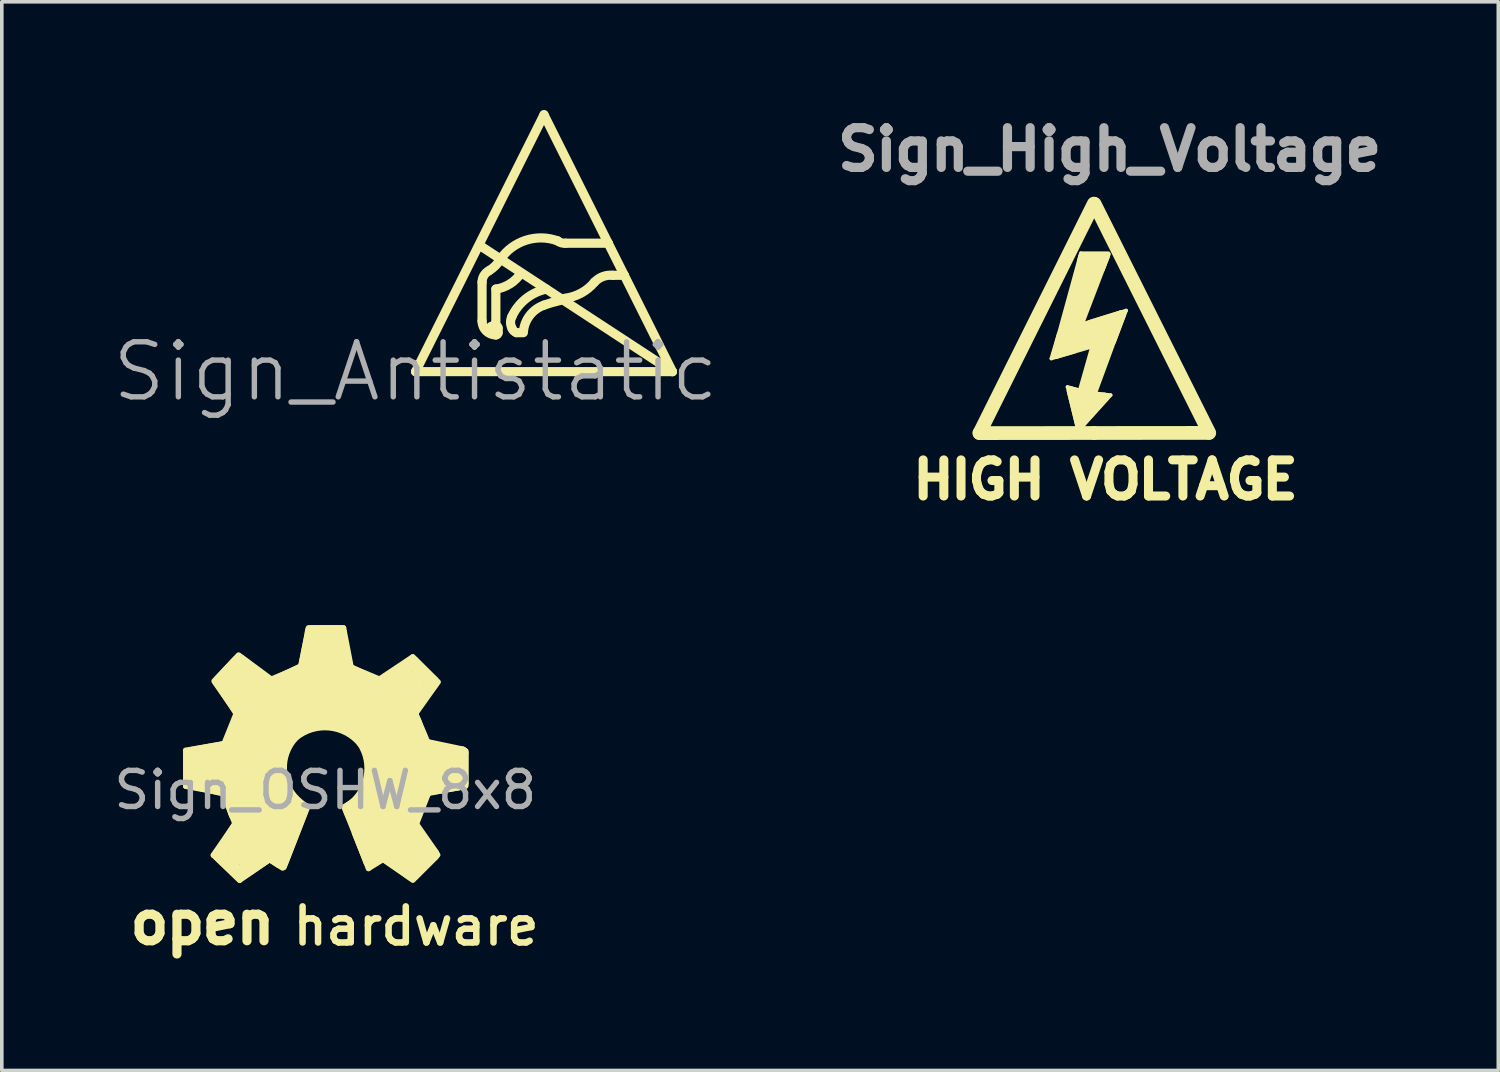
<source format=kicad_pcb>
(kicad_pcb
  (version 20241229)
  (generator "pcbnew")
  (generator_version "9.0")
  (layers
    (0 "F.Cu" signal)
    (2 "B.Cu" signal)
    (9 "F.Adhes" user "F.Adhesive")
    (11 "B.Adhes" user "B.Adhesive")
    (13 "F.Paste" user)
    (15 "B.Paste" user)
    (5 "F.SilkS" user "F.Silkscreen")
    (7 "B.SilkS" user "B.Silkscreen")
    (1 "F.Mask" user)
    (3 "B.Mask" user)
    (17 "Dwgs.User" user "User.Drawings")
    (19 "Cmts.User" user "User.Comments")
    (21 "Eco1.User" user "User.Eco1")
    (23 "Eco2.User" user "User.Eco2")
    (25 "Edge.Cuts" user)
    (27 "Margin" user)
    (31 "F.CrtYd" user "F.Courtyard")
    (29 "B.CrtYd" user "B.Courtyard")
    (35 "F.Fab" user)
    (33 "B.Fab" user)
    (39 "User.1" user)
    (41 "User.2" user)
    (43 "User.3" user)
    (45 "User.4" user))
  (footprint "Sign_High_Voltage"
    (layer "F.Cu")
    (at 27.239 8.938)
    (property "Reference" "Sign_High_Voltage" (at 0.432 -7.849 0) (layer "F.Fab") (effects (font (size 1.1 1.1) (thickness 0.254))))
    (attr through_hole)
    (fp_line (start -3.172 0.003) (end 0.003 0) (stroke (width 0.381) (type solid)) (layer "F.SilkS"))
    (fp_line (start -3.17 0) (end -0.005 -6.35) (stroke (width 0.381) (type solid)) (layer "F.SilkS"))
    (fp_line (start -1.181 -2.062) (end -0.975 -2.756) (stroke (width 0.1) (type solid)) (layer "F.SilkS"))
    (fp_line (start -1.052 -2.179) (end -0.315 -4.867) (stroke (width 0.254) (type solid)) (layer "F.SilkS"))
    (fp_line (start -0.734 -1.275) (end -0.457 -0.15) (stroke (width 0.1) (type solid)) (layer "F.SilkS"))
    (fp_line (start -0.658 -2.484) (end 0.513 -2.888) (stroke (width 0.254) (type solid)) (layer "F.SilkS"))
    (fp_line (start -0.617 -1.153) (end -0.333 -1.09) (stroke (width 0.254) (type solid)) (layer "F.SilkS"))
    (fp_line (start -0.544 -2.25) (end -1.181 -2.062) (stroke (width 0.1) (type solid)) (layer "F.SilkS"))
    (fp_line (start -0.472 -2.71) (end 0.46 -3.033) (stroke (width 0.254) (type solid)) (layer "F.SilkS"))
    (fp_line (start -0.445 -1.194) (end -0.734 -1.275) (stroke (width 0.1) (type solid)) (layer "F.SilkS"))
    (fp_line (start -0.424 -4.76) (end -0.363 -4.978) (stroke (width 0.1) (type solid)) (layer "F.SilkS"))
    (fp_line (start -0.411 -0.935) (end -0.48 -0.625) (stroke (width 0.254) (type solid)) (layer "F.SilkS"))
    (fp_line (start -0.389 -0.188) (end -0.627 -1.161) (stroke (width 0.254) (type solid)) (layer "F.SilkS"))
    (fp_line (start -0.376 -0.973) (end 0.058 -2.504) (stroke (width 0.254) (type solid)) (layer "F.SilkS"))
    (fp_line (start -0.363 -4.978) (end 0.396 -4.978) (stroke (width 0.1) (type solid)) (layer "F.SilkS"))
    (fp_line (start -0.361 -2.926) (end 0.749 -3.269) (stroke (width 0.254) (type solid)) (layer "F.SilkS"))
    (fp_line (start -0.239 -0.897) (end -0.353 -0.45) (stroke (width 0.254) (type solid)) (layer "F.SilkS"))
    (fp_line (start -0.132 -3.076) (end 0.889 -3.391) (stroke (width 0.1) (type solid)) (layer "F.SilkS"))
    (fp_line (start -0.124 -4.709) (end -0.805 -2.408) (stroke (width 0.254) (type solid)) (layer "F.SilkS"))
    (fp_line (start -0.099 -1.039) (end 0.287 -0.986) (stroke (width 0.254) (type solid)) (layer "F.SilkS"))
    (fp_line (start -0.064 -0.798) (end -0.208 -0.455) (stroke (width 0.254) (type solid)) (layer "F.SilkS"))
    (fp_line (start -0.008 -1.102) (end 0.46 -1.049) (stroke (width 0.1) (type solid)) (layer "F.SilkS"))
    (fp_line (start 0 -0.907) (end 0.053 -0.894) (stroke (width 0.1) (type solid)) (layer "F.SilkS"))
    (fp_line (start 0 0) (end 3.175 -0.003) (stroke (width 0.381) (type solid)) (layer "F.SilkS"))
    (fp_line (start 0.018 -6.34) (end 3.19 -0.003) (stroke (width 0.381) (type solid)) (layer "F.SilkS"))
    (fp_line (start 0.058 -2.504) (end -1.052 -2.179) (stroke (width 0.254) (type solid)) (layer "F.SilkS"))
    (fp_line (start 0.124 -4.775) (end -0.683 -2.367) (stroke (width 0.254) (type solid)) (layer "F.SilkS"))
    (fp_line (start 0.15 -2.631) (end 0.099 -2.418) (stroke (width 0.254) (type solid)) (layer "F.SilkS"))
    (fp_line (start 0.244 -4.511) (end 0.414 -4.953) (stroke (width 0.1) (type solid)) (layer "F.SilkS"))
    (fp_line (start 0.287 -0.991) (end -0.394 -0.224) (stroke (width 0.254) (type solid)) (layer "F.SilkS"))
    (fp_line (start 0.297 -4.869) (end -0.315 -4.869) (stroke (width 0.254) (type solid)) (layer "F.SilkS"))
    (fp_line (start 0.305 -4.884) (end -0.437 -2.944) (stroke (width 0.254) (type solid)) (layer "F.SilkS"))
    (fp_line (start 0.307 -2.692) (end -0.196 -1.011) (stroke (width 0.254) (type solid)) (layer "F.SilkS"))
    (fp_line (start 0.46 -1.049) (end -0.358 -0.147) (stroke (width 0.1) (type solid)) (layer "F.SilkS"))
    (fp_line (start 0.554 -2.512) (end 0.889 -3.391) (stroke (width 0.1) (type solid)) (layer "F.SilkS"))
    (fp_line (start 0.749 -3.269) (end -0.127 -0.884) (stroke (width 0.254) (type solid)) (layer "F.SilkS"))
    (fp_text user "HIGH VOLTAGE" (at 0.318 1.295 0) (layer "F.SilkS") (effects (font (size 1 1) (thickness 0.25)))))
  (footprint "Sign_Antistatic"
    (layer "F.Cu")
    (at 8.455 7.239)
    (property "Reference" "Sign_Antistatic" (at 0 0 0) (layer "F.Fab") (effects (font (size 1.524 1.524) (thickness 0.15))))
    (attr through_hole)
    (fp_line (start 0 0) (end 7.112 0) (stroke (width 0.254) (type solid)) (layer "F.SilkS"))
    (fp_line (start 1.778 -3.493) (end 7.112 0) (stroke (width 0.254) (type solid)) (layer "F.SilkS"))
    (fp_line (start 1.841 -2.477) (end 1.841 -1.397) (stroke (width 0.254) (type solid)) (layer "F.SilkS"))
    (fp_line (start 2.223 -1.27) (end 2.159 -1.27) (stroke (width 0.254) (type solid)) (layer "F.SilkS"))
    (fp_line (start 2.223 -1.27) (end 2.223 -2.286) (stroke (width 0.254) (type solid)) (layer "F.SilkS"))
    (fp_line (start 2.286 -1.079) (end 2.286 -1.206) (stroke (width 0.254) (type solid)) (layer "F.SilkS"))
    (fp_line (start 2.794 -1.079) (end 2.946 -1.079) (stroke (width 0.254) (type solid)) (layer "F.SilkS"))
    (fp_line (start 3.556 -7.112) (end 0 0) (stroke (width 0.254) (type solid)) (layer "F.SilkS"))
    (fp_line (start 4.153 -3.556) (end 5.334 -3.556) (stroke (width 0.254) (type solid)) (layer "F.SilkS"))
    (fp_line (start 5.334 -3.556) (end 3.556 -7.112) (stroke (width 0.254) (type solid)) (layer "F.SilkS"))
    (fp_line (start 5.779 -2.667) (end 5.334 -3.556) (stroke (width 0.254) (type solid)) (layer "F.SilkS"))
    (fp_line (start 5.779 -2.667) (end 5.461 -2.667) (stroke (width 0.254) (type solid)) (layer "F.SilkS"))
    (fp_line (start 7.112 0) (end 5.779 -2.667) (stroke (width 0.254) (type solid)) (layer "F.SilkS"))
    (fp_arc (start 1.8415 -2.4765) (mid 1.892493 -2.660688) (end 2.030952 -2.792425) (stroke (width 0.254) (type solid)) (layer "F.SilkS"))
    (fp_arc (start 2.032 -1.143) (mid 2.069197 -1.232803) (end 2.159 -1.27) (stroke (width 0.254) (type solid)) (layer "F.SilkS"))
    (fp_arc (start 2.2225 -1.27) (mid 2.267401 -1.251401) (end 2.286 -1.2065) (stroke (width 0.254) (type solid)) (layer "F.SilkS"))
    (fp_arc (start 2.2225 -1.016) (mid 1.953092 -1.127592) (end 1.8415 -1.397) (stroke (width 0.254) (type solid)) (layer "F.SilkS"))
    (fp_arc (start 2.286 -1.0795) (mid 2.26916 -1.033814) (end 2.224929 -1.013456) (stroke (width 0.254) (type solid)) (layer "F.SilkS"))
    (fp_arc (start 2.3495 -3.1115) (mid 2.210976 -2.933276) (end 2.033451 -2.793858) (stroke (width 0.254) (type solid)) (layer "F.SilkS"))
    (fp_arc (start 2.3495 -3.1115) (mid 3.055833 -3.637435) (end 3.936279 -3.619321) (stroke (width 0.254) (type solid)) (layer "F.SilkS"))
    (fp_arc (start 2.667 -1.524) (mid 3.052894 -2.016636) (end 3.618292 -2.284834) (stroke (width 0.254) (type solid)) (layer "F.SilkS"))
    (fp_arc (start 2.667 -1.2065) (mid 2.630092 -1.365023) (end 2.667932 -1.523326) (stroke (width 0.254) (type solid)) (layer "F.SilkS"))
    (fp_arc (start 2.794 -1.0795) (mid 2.715547 -1.127972) (end 2.667033 -1.2064) (stroke (width 0.254) (type solid)) (layer "F.SilkS"))
    (fp_arc (start 2.921 -2.7305) (mid 2.619867 -2.433418) (end 2.224065 -2.284155) (stroke (width 0.254) (type solid)) (layer "F.SilkS"))
    (fp_arc (start 2.9845 -1.0795) (mid 3.155121 -1.546326) (end 3.556085 -1.840036) (stroke (width 0.254) (type solid)) (layer "F.SilkS"))
    (fp_arc (start 3.556 -1.8415) (mid 3.773965 -1.911125) (end 3.995725 -1.967506) (stroke (width 0.254) (type solid)) (layer "F.SilkS"))
    (fp_arc (start 4.1529 -3.556) (mid 4.038851 -3.565528) (end 3.937084 -3.617886) (stroke (width 0.254) (type solid)) (layer "F.SilkS"))
    (fp_arc (start 4.953 -2.4765) (mid 4.584618 -2.174457) (end 4.130538 -2.030424) (stroke (width 0.254) (type solid)) (layer "F.SilkS"))
    (fp_arc (start 4.953 -2.4765) (mid 5.184933 -2.631521) (end 5.461699 -2.666526) (stroke (width 0.254) (type solid)) (layer "F.SilkS")))
  (footprint "Sign_OSHW_8x8"
    (layer "F.Cu")
    (at 5.958 18.323)
    (property "Reference" "Sign_OSHW_8x8" (at 0 0.5 0) (layer "F.Fab") (effects (font (size 1 1) (thickness 0.15))))
    (attr through_hole)
    (fp_line (start -3.868 -0.599) (end -2.697 -0.803) (stroke (width 0.15) (type solid)) (layer "F.SilkS"))
    (fp_line (start -3.866 -0.597) (end -3.866 0.389) (stroke (width 0.15) (type solid)) (layer "F.SilkS"))
    (fp_line (start -3.866 0.396) (end -2.794 0.592) (stroke (width 0.15) (type solid)) (layer "F.SilkS"))
    (fp_line (start -3.729 -0.505) (end -2.71 -0.686) (stroke (width 0.37) (type solid)) (layer "F.SilkS"))
    (fp_line (start -3.726 0.284) (end -2.776 0.503) (stroke (width 0.37) (type solid)) (layer "F.SilkS"))
    (fp_line (start -3.716 -0.493) (end -3.721 0.295) (stroke (width 0.38) (type solid)) (layer "F.SilkS"))
    (fp_line (start -3.716 -0.353) (end -2.601 -0.599) (stroke (width 0.15) (type solid)) (layer "F.SilkS"))
    (fp_line (start -3.574 -0.409) (end -3.574 0.241) (stroke (width 0.15) (type solid)) (layer "F.SilkS"))
    (fp_line (start -3.259 -0.112) (end -1.841 -0.173) (stroke (width 1) (type solid)) (layer "F.SilkS"))
    (fp_line (start -3.104 2.304) (end -2.507 1.44) (stroke (width 0.15) (type solid)) (layer "F.SilkS"))
    (fp_line (start -3.081 -2.517) (end -2.408 -3.231) (stroke (width 0.15) (type solid)) (layer "F.SilkS"))
    (fp_line (start -3.061 -2.482) (end -2.466 -1.628) (stroke (width 0.15) (type solid)) (layer "F.SilkS"))
    (fp_line (start -2.939 2.286) (end -2.375 2.824) (stroke (width 0.38) (type solid)) (layer "F.SilkS"))
    (fp_line (start -2.924 2.286) (end -2.39 1.453) (stroke (width 0.37) (type solid)) (layer "F.SilkS"))
    (fp_line (start -2.918 -2.512) (end -2.418 -3.045) (stroke (width 0.38) (type solid)) (layer "F.SilkS"))
    (fp_line (start -2.908 -2.489) (end -2.352 -1.638) (stroke (width 0.37) (type solid)) (layer "F.SilkS"))
    (fp_line (start -2.799 -0.798) (end -2.464 -1.631) (stroke (width 0.15) (type solid)) (layer "F.SilkS"))
    (fp_line (start -2.748 0.526) (end -2.39 1.41) (stroke (width 0.37) (type solid)) (layer "F.SilkS"))
    (fp_line (start -2.68 -0.721) (end -2.332 -1.587) (stroke (width 0.37) (type solid)) (layer "F.SilkS"))
    (fp_line (start -2.461 0.376) (end -1.755 0.249) (stroke (width 1) (type solid)) (layer "F.SilkS"))
    (fp_line (start -2.426 -2.969) (end -1.542 -2.248) (stroke (width 0.15) (type solid)) (layer "F.SilkS"))
    (fp_line (start -2.395 -3.233) (end -1.425 -2.517) (stroke (width 0.15) (type solid)) (layer "F.SilkS"))
    (fp_line (start -2.375 3) (end -3.096 2.306) (stroke (width 0.15) (type solid)) (layer "F.SilkS"))
    (fp_line (start -2.37 -3.071) (end -1.542 -2.418) (stroke (width 0.37) (type solid)) (layer "F.SilkS"))
    (fp_line (start -2.362 2.824) (end -1.582 2.294) (stroke (width 0.4) (type solid)) (layer "F.SilkS"))
    (fp_line (start -2.273 -2.398) (end -1.212 -1.29) (stroke (width 1) (type solid)) (layer "F.SilkS"))
    (fp_line (start -2.223 2.093) (end -1.369 1.072) (stroke (width 1) (type solid)) (layer "F.SilkS"))
    (fp_line (start -2.212 1.021) (end -1.648 0.541) (stroke (width 1) (type solid)) (layer "F.SilkS"))
    (fp_line (start -2.187 -1.621) (end -2.573 -0.622) (stroke (width 0.15) (type solid)) (layer "F.SilkS"))
    (fp_line (start -2.182 -1.615) (end -2.784 -2.525) (stroke (width 0.15) (type solid)) (layer "F.SilkS"))
    (fp_line (start -2.136 -0.869) (end -1.694 -0.709) (stroke (width 1) (type solid)) (layer "F.SilkS"))
    (fp_line (start -1.961 -1.349) (end -1.504 -1.059) (stroke (width 1) (type solid)) (layer "F.SilkS"))
    (fp_line (start -1.572 2.276) (end -1.255 2.482) (stroke (width 0.37) (type solid)) (layer "F.SilkS"))
    (fp_line (start -1.547 1.92) (end -1.181 1.158) (stroke (width 1) (type solid)) (layer "F.SilkS"))
    (fp_line (start -1.542 2.428) (end -2.367 2.992) (stroke (width 0.15) (type solid)) (layer "F.SilkS"))
    (fp_line (start -1.537 -2.25) (end -0.554 -2.743) (stroke (width 0.15) (type solid)) (layer "F.SilkS"))
    (fp_line (start -1.529 2.438) (end -1.184 2.659) (stroke (width 0.15) (type solid)) (layer "F.SilkS"))
    (fp_line (start -1.481 -2.428) (end -0.635 -2.835) (stroke (width 0.37) (type solid)) (layer "F.SilkS"))
    (fp_line (start -1.46 -2.586) (end -0.556 -2.964) (stroke (width 0.15) (type solid)) (layer "F.SilkS"))
    (fp_line (start -1.45 -0.391) (end -1.318 0.432) (stroke (width 0.15) (type solid)) (layer "F.SilkS"))
    (fp_line (start -1.313 0.462) (end -1.219 0.632) (stroke (width 0.15) (type solid)) (layer "F.SilkS"))
    (fp_line (start -1.313 0.462) (end -1.219 0.632) (stroke (width 0.15) (type solid)) (layer "F.SilkS"))
    (fp_line (start -1.227 2.461) (end -0.676 1.039) (stroke (width 0.42) (type solid)) (layer "F.SilkS"))
    (fp_line (start -1.206 0.663) (end -0.899 0.93) (stroke (width 0.15) (type solid)) (layer "F.SilkS"))
    (fp_line (start -1.146 2.642) (end -0.495 0.973) (stroke (width 0.15) (type solid)) (layer "F.SilkS"))
    (fp_line (start -1.09 0.683) (end -0.831 1.021) (stroke (width 0.15) (type solid)) (layer "F.SilkS"))
    (fp_line (start -1.026 -1.128) (end -1.445 -0.396) (stroke (width 0.15) (type solid)) (layer "F.SilkS"))
    (fp_line (start -0.963 -2.126) (end -0.787 -1.768) (stroke (width 1) (type solid)) (layer "F.SilkS"))
    (fp_line (start -0.721 0.798) (end -0.495 0.973) (stroke (width 0.15) (type solid)) (layer "F.SilkS"))
    (fp_line (start -0.528 -2.385) (end -0.361 -1.775) (stroke (width 1) (type solid)) (layer "F.SilkS"))
    (fp_line (start -0.472 -3.98) (end -0.673 -2.954) (stroke (width 0.15) (type solid)) (layer "F.SilkS"))
    (fp_line (start -0.462 -3.988) (end 0.503 -3.988) (stroke (width 0.15) (type solid)) (layer "F.SilkS"))
    (fp_line (start -0.384 -3.881) (end 0.401 -3.881) (stroke (width 0.37) (type solid)) (layer "F.SilkS"))
    (fp_line (start -0.376 -3.868) (end -0.582 -2.855) (stroke (width 0.37) (type solid)) (layer "F.SilkS"))
    (fp_line (start -0.155 -1.557) (end -1.026 -1.128) (stroke (width 0.15) (type solid)) (layer "F.SilkS"))
    (fp_line (start -0.013 -3.373) (end -0.008 -1.859) (stroke (width 1) (type solid)) (layer "F.SilkS"))
    (fp_line (start 0.384 -3.861) (end 0.597 -2.842) (stroke (width 0.37) (type solid)) (layer "F.SilkS"))
    (fp_line (start 0.503 -3.988) (end 0.729 -2.817) (stroke (width 0.15) (type solid)) (layer "F.SilkS"))
    (fp_line (start 0.597 -2.842) (end 1.499 -2.393) (stroke (width 0.37) (type solid)) (layer "F.SilkS"))
    (fp_line (start 0.643 1.255) (end 0.521 0.97) (stroke (width 0.15) (type solid)) (layer "F.SilkS"))
    (fp_line (start 0.66 -1.389) (end -0.155 -1.549) (stroke (width 0.15) (type solid)) (layer "F.SilkS"))
    (fp_line (start 0.719 -2.898) (end 1.524 -2.56) (stroke (width 0.15) (type solid)) (layer "F.SilkS"))
    (fp_line (start 0.737 -2.37) (end 0.516 -1.684) (stroke (width 1) (type solid)) (layer "F.SilkS"))
    (fp_line (start 0.78 0.8) (end 0.526 0.965) (stroke (width 0.15) (type solid)) (layer "F.SilkS"))
    (fp_line (start 0.803 0.993) (end 1.331 2.375) (stroke (width 0.15) (type solid)) (layer "F.SilkS"))
    (fp_line (start 0.846 1.052) (end 1.024 0.93) (stroke (width 0.15) (type solid)) (layer "F.SilkS"))
    (fp_line (start 1.024 0.93) (end 1.4 0.218) (stroke (width 0.15) (type solid)) (layer "F.SilkS"))
    (fp_line (start 1.163 1.067) (end 1.496 1.798) (stroke (width 1) (type solid)) (layer "F.SilkS"))
    (fp_line (start 1.163 1.158) (end 2.344 2.172) (stroke (width 1) (type solid)) (layer "F.SilkS"))
    (fp_line (start 1.171 -0.96) (end 0.66 -1.389) (stroke (width 0.15) (type solid)) (layer "F.SilkS"))
    (fp_line (start 1.194 2.672) (end 0.808 1.692) (stroke (width 0.15) (type solid)) (layer "F.SilkS"))
    (fp_line (start 1.232 2.459) (end 0.658 1.019) (stroke (width 0.37) (type solid)) (layer "F.SilkS"))
    (fp_line (start 1.278 1.021) (end 1.895 1.349) (stroke (width 1) (type solid)) (layer "F.SilkS"))
    (fp_line (start 1.323 -2.118) (end 0.904 -1.532) (stroke (width 1) (type solid)) (layer "F.SilkS"))
    (fp_line (start 1.4 0.218) (end 1.4 -0.3) (stroke (width 0.15) (type solid)) (layer "F.SilkS"))
    (fp_line (start 1.405 -2.512) (end 2.416 -3.185) (stroke (width 0.15) (type solid)) (layer "F.SilkS"))
    (fp_line (start 1.405 -0.287) (end 1.171 -0.96) (stroke (width 0.15) (type solid)) (layer "F.SilkS"))
    (fp_line (start 1.511 -2.398) (end 2.416 -3.032) (stroke (width 0.37) (type solid)) (layer "F.SilkS"))
    (fp_line (start 1.542 2.372) (end 2.418 2.992) (stroke (width 0.15) (type solid)) (layer "F.SilkS"))
    (fp_line (start 1.57 2.273) (end 1.232 2.459) (stroke (width 0.37) (type solid)) (layer "F.SilkS"))
    (fp_line (start 1.598 0.602) (end 2.207 0.709) (stroke (width 1) (type solid)) (layer "F.SilkS"))
    (fp_line (start 1.722 2.344) (end 1.194 2.672) (stroke (width 0.15) (type solid)) (layer "F.SilkS"))
    (fp_line (start 2.192 -1.25) (end 1.537 -0.884) (stroke (width 1) (type solid)) (layer "F.SilkS"))
    (fp_line (start 2.253 -2.316) (end 1.14 -1.25) (stroke (width 1) (type solid)) (layer "F.SilkS"))
    (fp_line (start 2.352 -1.692) (end 2.692 -0.754) (stroke (width 0.37) (type solid)) (layer "F.SilkS"))
    (fp_line (start 2.355 1.392) (end 2.974 2.278) (stroke (width 0.37) (type solid)) (layer "F.SilkS"))
    (fp_line (start 2.405 2.677) (end 1.585 2.149) (stroke (width 0.15) (type solid)) (layer "F.SilkS"))
    (fp_line (start 2.405 2.84) (end 1.57 2.273) (stroke (width 0.37) (type solid)) (layer "F.SilkS"))
    (fp_line (start 2.416 -3.03) (end 2.969 -2.484) (stroke (width 0.37) (type solid)) (layer "F.SilkS"))
    (fp_line (start 2.421 -3.188) (end 3.114 -2.497) (stroke (width 0.15) (type solid)) (layer "F.SilkS"))
    (fp_line (start 2.421 2.832) (end 2.974 2.286) (stroke (width 0.37) (type solid)) (layer "F.SilkS"))
    (fp_line (start 2.428 2.987) (end 3.111 2.296) (stroke (width 0.15) (type solid)) (layer "F.SilkS"))
    (fp_line (start 2.433 -0.556) (end 1.712 -0.409) (stroke (width 1) (type solid)) (layer "F.SilkS"))
    (fp_line (start 2.504 -1.608) (end 2.87 -0.739) (stroke (width 0.15) (type solid)) (layer "F.SilkS"))
    (fp_line (start 2.692 -0.754) (end 3.774 -0.526) (stroke (width 0.37) (type solid)) (layer "F.SilkS"))
    (fp_line (start 2.753 0.61) (end 3.876 0.399) (stroke (width 0.15) (type solid)) (layer "F.SilkS"))
    (fp_line (start 2.761 0.48) (end 2.355 1.392) (stroke (width 0.37) (type solid)) (layer "F.SilkS"))
    (fp_line (start 2.824 2.212) (end 2.339 2.743) (stroke (width 0.15) (type solid)) (layer "F.SilkS"))
    (fp_line (start 2.857 0.577) (end 2.477 1.557) (stroke (width 0.15) (type solid)) (layer "F.SilkS"))
    (fp_line (start 2.969 -2.482) (end 2.352 -1.692) (stroke (width 0.37) (type solid)) (layer "F.SilkS"))
    (fp_line (start 3.119 -2.489) (end 2.416 -1.499) (stroke (width 0.15) (type solid)) (layer "F.SilkS"))
    (fp_line (start 3.244 -0.132) (end 1.775 -0.046) (stroke (width 1) (type solid)) (layer "F.SilkS"))
    (fp_line (start 3.774 -0.526) (end 3.774 0.31) (stroke (width 0.37) (type solid)) (layer "F.SilkS"))
    (fp_line (start 3.774 0.31) (end 2.761 0.48) (stroke (width 0.37) (type solid)) (layer "F.SilkS"))
    (fp_line (start 3.807 0.163) (end 2.7 0.386) (stroke (width 0.15) (type solid)) (layer "F.SilkS"))
    (fp_line (start 3.891 -0.579) (end 3.889 0.378) (stroke (width 0.15) (type solid)) (layer "F.SilkS"))
    (fp_arc (start -0.8763 -1.03124) (mid 0.127392 -1.330927) (end 1.04902 -0.83312) (stroke (width 0.37) (type solid)) (layer "F.SilkS"))
    (fp_arc (start -0.8255 0.84836) (mid -1.247617 -0.062958) (end -0.9017 -1.00584) (stroke (width 0.37) (type solid)) (layer "F.SilkS"))
    (fp_arc (start 1.03886 -0.84836) (mid 1.239562 0.160623) (end 0.66802 1.016) (stroke (width 0.37) (type solid)) (layer "F.SilkS"))
    (fp_text user "hardware" (at 2.512 4.267 0) (layer "F.SilkS") (effects (font (size 1 1) (thickness 0.18))))
    (fp_text user "open" (at -3.401 4.176 0) (layer "F.SilkS") (effects (font (size 1.1 1.1) (thickness 0.254)))))
  (gr_rect
    (start -3 -3)
    (end 38.432 26.588)
    (stroke (width 0.1) (type default))
    (fill no)
    (layer "Edge.Cuts")))
</source>
